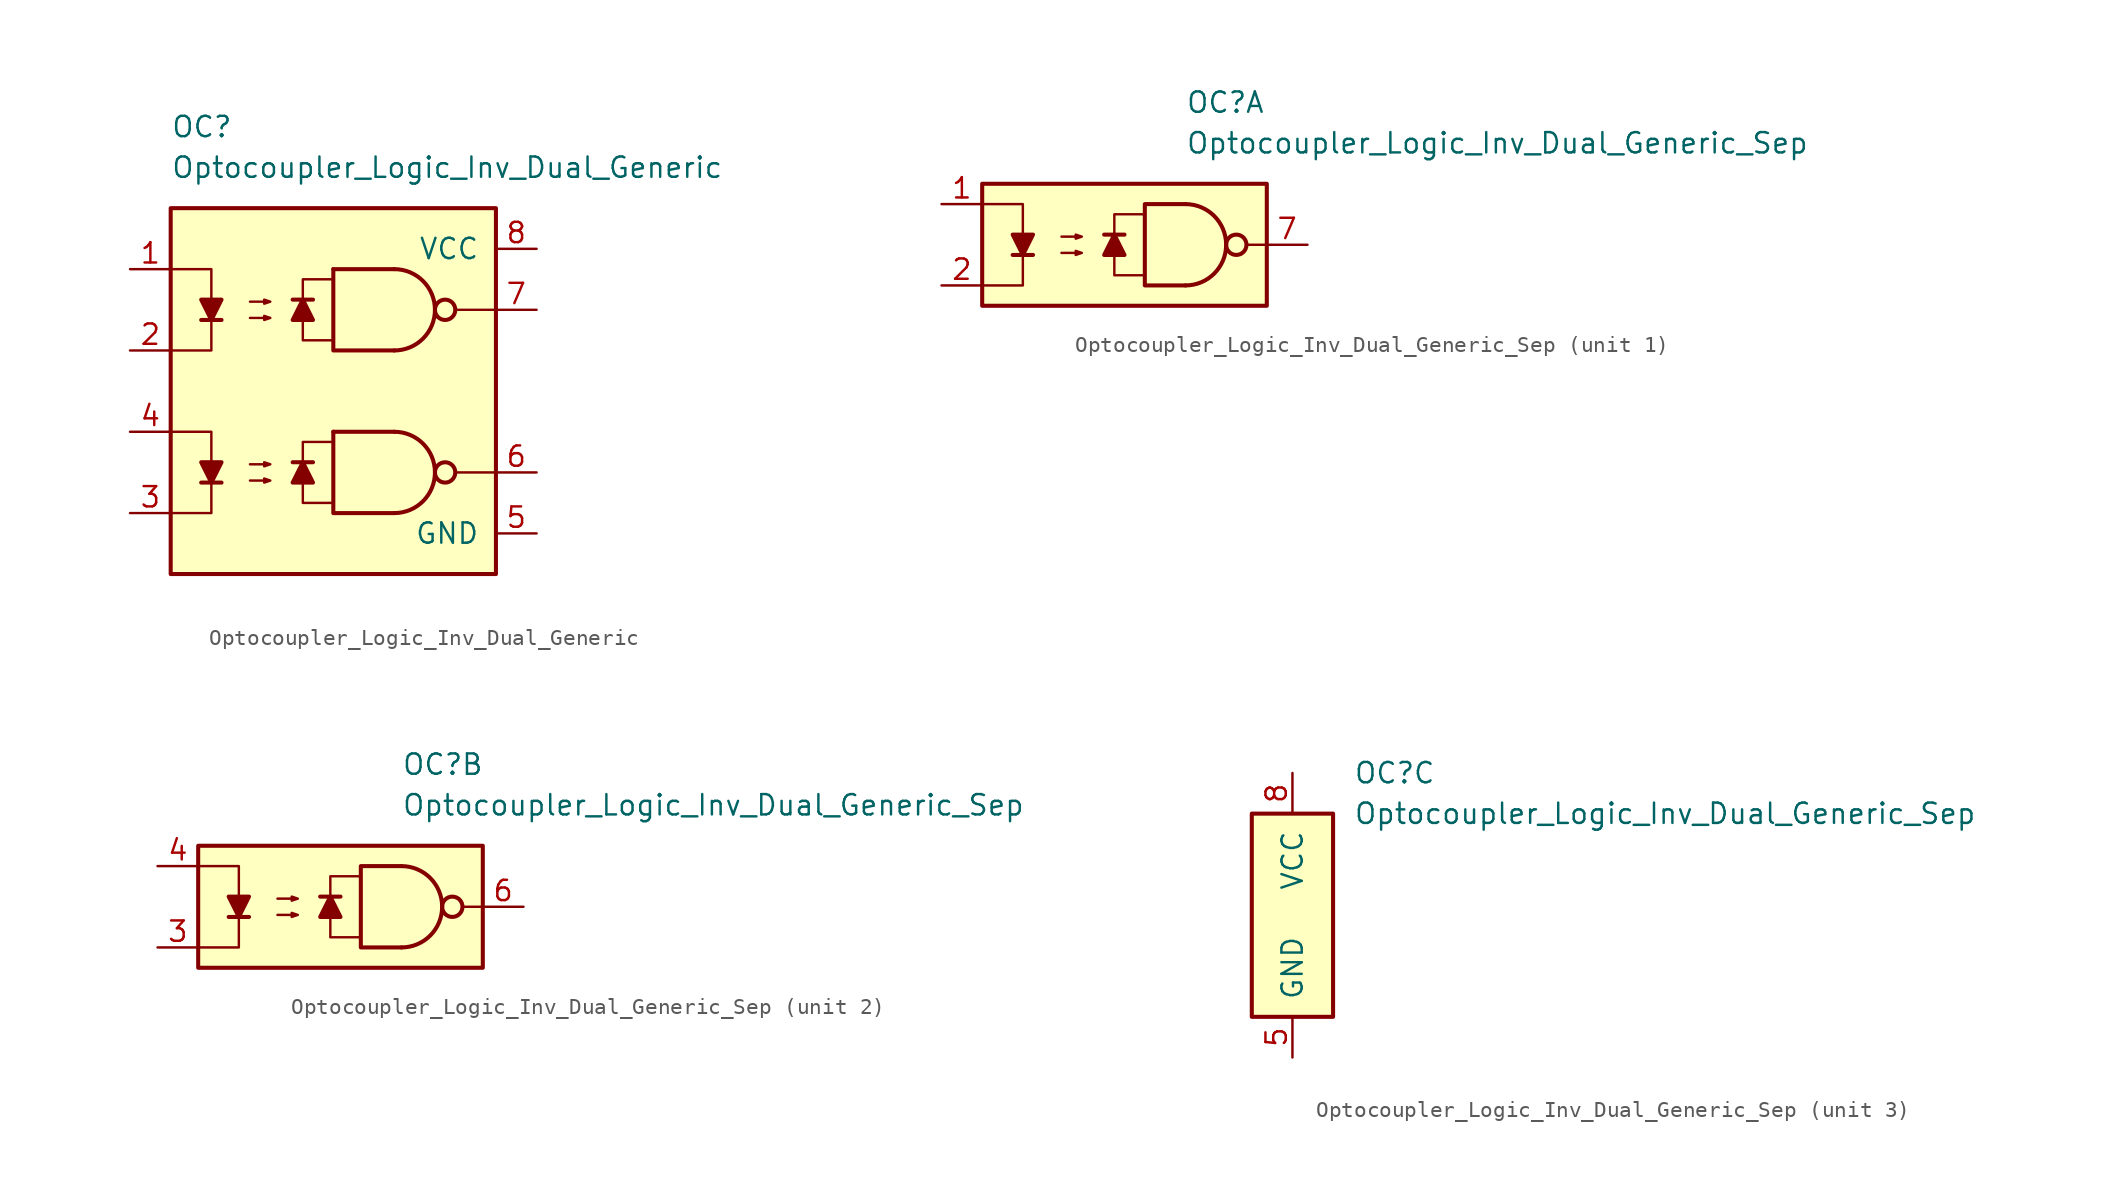
<source format=kicad_sym>
(kicad_symbol_lib
  (version 20211014)
  (generator kicad_symbol_editor)
  (symbol "Optocoupler_Logic_AKL:Optocoupler_Logic_Inv_Dual_Generic"
    (pin_names
      (offset 1.016))
    (property "Reference" "OC"
      (at -10.16 16.51 0)
      (effects (font (size 1.27 1.27)) (justify left)))
    (property "Value" "Optocoupler_Logic_Inv_Dual_Generic"
      (at -10.16 13.97 0)
      (effects (font (size 1.27 1.27)) (justify left)))
    (symbol "Optocoupler_Logic_Inv_Dual_Generic_0_0"
      (rectangle (start -10.16 11.43) (end 10.16 -11.43) (stroke (width 0.254) (type default) (color 0 0 0 0)) (fill (type background)))
      (polyline (pts (xy 10.16 -5.08) (xy 7.62 -5.08)) (stroke (width 0) (type default) (color 0 0 0 0)) (fill (type none))))
    (symbol "Optocoupler_Logic_Inv_Dual_Generic_0_1"
      (polyline (pts (xy -8.255 -5.715) (xy -6.985 -5.715)) (stroke (width 0.254) (type default) (color 0 0 0 0)) (fill (type none)))
      (polyline (pts (xy 0 -2.54) (xy 3.81 -2.54)) (stroke (width 0.254) (type default) (color 0 0 0 0)) (fill (type none)))
      (polyline (pts (xy -10.16 -2.54) (xy -7.62 -2.54) (xy -7.62 -5.715)) (stroke (width 0) (type default) (color 0 0 0 0)) (fill (type none)))
      (polyline (pts (xy -7.62 -5.715) (xy -7.62 -7.62) (xy -10.16 -7.62)) (stroke (width 0) (type default) (color 0 0 0 0)) (fill (type none)))
      (polyline (pts (xy 0 -2.54) (xy 0 -7.62) (xy 3.81 -7.62)) (stroke (width 0.254) (type default) (color 0 0 0 0)) (fill (type none)))
      (polyline (pts (xy -7.62 -5.715) (xy -8.255 -4.445) (xy -6.985 -4.445) (xy -7.62 -5.715)) (stroke (width 0.254) (type default) (color 0 0 0 0)) (fill (type outline)))
      (polyline (pts (xy -5.207 -5.588) (xy -3.937 -5.588) (xy -4.318 -5.715) (xy -4.318 -5.461) (xy -3.937 -5.588)) (stroke (width 0) (type default) (color 0 0 0 0)) (fill (type none)))
      (polyline (pts (xy -5.207 -4.572) (xy -3.937 -4.572) (xy -4.318 -4.699) (xy -4.318 -4.445) (xy -3.937 -4.572)) (stroke (width 0) (type default) (color 0 0 0 0)) (fill (type none)))
      (arc (start 3.81 -7.62) (mid 6.35 -5.08) (end 3.81 -2.54) (stroke (width 0.254) (type default) (color 0 0 0 0)) (fill (type none)))
      (circle (center 6.985 -5.08) (radius 0.635) (stroke (width 0.254)) (stroke (width 0.254) (type default) (color 0 0 0 0)) (fill (type none))))
    (symbol "Optocoupler_Logic_Inv_Dual_Generic_1_1"
      (polyline (pts (xy -8.255 4.445) (xy -6.985 4.445)) (stroke (width 0.254) (type default) (color 0 0 0 0)) (fill (type none)))
      (polyline (pts (xy -1.27 -4.445) (xy -2.54 -4.445)) (stroke (width 0.254) (type default) (color 0 0 0 0)) (fill (type none)))
      (polyline (pts (xy -1.27 5.715) (xy -2.54 5.715)) (stroke (width 0.254) (type default) (color 0 0 0 0)) (fill (type none)))
      (polyline (pts (xy 0 7.62) (xy 3.81 7.62)) (stroke (width 0.254) (type default) (color 0 0 0 0)) (fill (type none)))
      (polyline (pts (xy 10.16 5.08) (xy 7.62 5.08)) (stroke (width 0) (type default) (color 0 0 0 0)) (fill (type none)))
      (polyline (pts (xy -10.16 7.62) (xy -7.62 7.62) (xy -7.62 4.445)) (stroke (width 0) (type default) (color 0 0 0 0)) (fill (type none)))
      (polyline (pts (xy -7.62 4.445) (xy -7.62 2.54) (xy -10.16 2.54)) (stroke (width 0) (type default) (color 0 0 0 0)) (fill (type none)))
      (polyline (pts (xy 0 7.62) (xy 0 2.54) (xy 3.81 2.54)) (stroke (width 0.254) (type default) (color 0 0 0 0)) (fill (type none)))
      (polyline (pts (xy -7.62 4.445) (xy -8.255 5.715) (xy -6.985 5.715) (xy -7.62 4.445)) (stroke (width 0.254) (type default) (color 0 0 0 0)) (fill (type outline)))
      (polyline (pts (xy -1.905 -4.445) (xy -1.27 -5.715) (xy -2.54 -5.715) (xy -1.905 -4.445)) (stroke (width 0.254) (type default) (color 0 0 0 0)) (fill (type outline)))
      (polyline (pts (xy -1.905 5.715) (xy -1.27 4.445) (xy -2.54 4.445) (xy -1.905 5.715)) (stroke (width 0.254) (type default) (color 0 0 0 0)) (fill (type outline)))
      (polyline (pts (xy 0 -6.985) (xy -1.905 -6.985) (xy -1.905 -3.175) (xy 0 -3.175)) (stroke (width 0.152) (type default) (color 0 0 0 0)) (fill (type none)))
      (polyline (pts (xy 0 3.175) (xy -1.905 3.175) (xy -1.905 6.985) (xy 0 6.985)) (stroke (width 0.152) (type default) (color 0 0 0 0)) (fill (type none)))
      (polyline (pts (xy -5.207 4.572) (xy -3.937 4.572) (xy -4.318 4.445) (xy -4.318 4.699) (xy -3.937 4.572)) (stroke (width 0) (type default) (color 0 0 0 0)) (fill (type none)))
      (polyline (pts (xy -5.207 5.588) (xy -3.937 5.588) (xy -4.318 5.461) (xy -4.318 5.715) (xy -3.937 5.588)) (stroke (width 0) (type default) (color 0 0 0 0)) (fill (type none)))
      (arc (start 3.81 2.54) (mid 6.35 5.08) (end 3.81 7.62) (stroke (width 0.254) (type default) (color 0 0 0 0)) (fill (type none)))
      (circle (center 6.985 5.08) (radius 0.635) (stroke (width 0.254)) (stroke (width 0.254) (type default) (color 0 0 0 0)) (fill (type none)))
      (pin passive line (at -12.7 7.62 0) (length 2.54) (name "~" (effects (font (size 1.27 1.27)))) (number "1" (effects (font (size 1.27 1.27)))))
      (pin passive line (at -12.7 2.54 0) (length 2.54) (name "~" (effects (font (size 1.27 1.27)))) (number "2" (effects (font (size 1.27 1.27)))))
      (pin passive line (at -12.7 -7.62 0) (length 2.54) (name "~" (effects (font (size 1.27 1.27)))) (number "3" (effects (font (size 1.27 1.27)))))
      (pin passive line (at -12.7 -2.54 0) (length 2.54) (name "~" (effects (font (size 1.27 1.27)))) (number "4" (effects (font (size 1.27 1.27)))))
      (pin power_in line (at 12.7 -8.89 180) (length 2.54) (name "GND" (effects (font (size 1.27 1.27)))) (number "5" (effects (font (size 1.27 1.27)))))
      (pin output line (at 12.7 -5.08 180) (length 2.54) (name "~" (effects (font (size 1.27 1.27)))) (number "6" (effects (font (size 1.27 1.27)))))
      (pin output line (at 12.7 5.08 180) (length 2.54) (name "~" (effects (font (size 1.27 1.27)))) (number "7" (effects (font (size 1.27 1.27)))))
      (pin power_in line (at 12.7 8.89 180) (length 2.54) (name "VCC" (effects (font (size 1.27 1.27)))) (number "8" (effects (font (size 1.27 1.27)))))))
  (symbol "Optocoupler_Logic_AKL:Optocoupler_Logic_Inv_Dual_Generic_Sep"
    (pin_names
      (offset 1.016))
    (property "Reference" "OC"
      (at 3.81 8.89 0)
      (effects (font (size 1.27 1.27)) (justify left)))
    (property "Value" "Optocoupler_Logic_Inv_Dual_Generic_Sep"
      (at 3.81 6.35 0)
      (effects (font (size 1.27 1.27)) (justify left)))
    (property "ki_locked" ""
      (at 0 0 0)
      (effects (font (size 1.27 1.27))))
    (symbol "Optocoupler_Logic_Inv_Dual_Generic_Sep_1_0"
      (rectangle (start -8.89 3.81) (end 8.89 -3.81) (stroke (width 0.254) (type default) (color 0 0 0 0)) (fill (type background)))
      (polyline (pts (xy 8.89 0) (xy 7.62 0)) (stroke (width 0) (type default) (color 0 0 0 0)) (fill (type none)))
      (polyline (pts (xy 3.81 -2.54) (xy 1.27 -2.54) (xy 1.27 2.54) (xy 3.81 2.54)) (stroke (width 0.254) (type default) (color 0 0 0 0)) (fill (type none))))
    (symbol "Optocoupler_Logic_Inv_Dual_Generic_Sep_1_1"
      (polyline (pts (xy -6.985 -0.635) (xy -5.715 -0.635)) (stroke (width 0.254) (type default) (color 0 0 0 0)) (fill (type none)))
      (polyline (pts (xy 0 0.635) (xy -1.27 0.635)) (stroke (width 0.254) (type default) (color 0 0 0 0)) (fill (type none)))
      (polyline (pts (xy -8.89 2.54) (xy -6.35 2.54) (xy -6.35 -0.635)) (stroke (width 0) (type default) (color 0 0 0 0)) (fill (type none)))
      (polyline (pts (xy -6.35 -0.635) (xy -6.35 -2.54) (xy -8.89 -2.54)) (stroke (width 0) (type default) (color 0 0 0 0)) (fill (type none)))
      (polyline (pts (xy -6.35 -0.635) (xy -6.985 0.635) (xy -5.715 0.635) (xy -6.35 -0.635)) (stroke (width 0.254) (type default) (color 0 0 0 0)) (fill (type outline)))
      (polyline (pts (xy -0.635 0.635) (xy 0 -0.635) (xy -1.27 -0.635) (xy -0.635 0.635)) (stroke (width 0.254) (type default) (color 0 0 0 0)) (fill (type outline)))
      (polyline (pts (xy 1.27 -1.905) (xy -0.635 -1.905) (xy -0.635 1.905) (xy 1.27 1.905)) (stroke (width 0.152) (type default) (color 0 0 0 0)) (fill (type none)))
      (polyline (pts (xy -3.937 -0.508) (xy -2.667 -0.508) (xy -3.048 -0.635) (xy -3.048 -0.381) (xy -2.667 -0.508)) (stroke (width 0) (type default) (color 0 0 0 0)) (fill (type none)))
      (polyline (pts (xy -3.937 0.508) (xy -2.667 0.508) (xy -3.048 0.381) (xy -3.048 0.635) (xy -2.667 0.508)) (stroke (width 0) (type default) (color 0 0 0 0)) (fill (type none)))
      (arc (start 3.81 -2.54) (mid 6.35 0) (end 3.81 2.54) (stroke (width 0.254) (type default) (color 0 0 0 0)) (fill (type none)))
      (circle (center 6.985 0) (radius 0.635) (stroke (width 0.254)) (stroke (width 0.254) (type default) (color 0 0 0 0)) (fill (type none)))
      (pin passive line (at -11.43 2.54 0) (length 2.54) (name "~" (effects (font (size 1.27 1.27)))) (number "1" (effects (font (size 1.27 1.27)))))
      (pin passive line (at -11.43 -2.54 0) (length 2.54) (name "~" (effects (font (size 1.27 1.27)))) (number "2" (effects (font (size 1.27 1.27)))))
      (pin output line (at 11.43 0 180) (length 2.54) (name "~" (effects (font (size 1.27 1.27)))) (number "7" (effects (font (size 1.27 1.27))))))
    (symbol "Optocoupler_Logic_Inv_Dual_Generic_Sep_2_0"
      (rectangle (start -8.89 3.81) (end 8.89 -3.81) (stroke (width 0.254) (type default) (color 0 0 0 0)) (fill (type background)))
      (polyline (pts (xy 8.89 0) (xy 7.62 0)) (stroke (width 0) (type default) (color 0 0 0 0)) (fill (type none)))
      (polyline (pts (xy 3.81 -2.54) (xy 1.27 -2.54) (xy 1.27 2.54) (xy 3.81 2.54)) (stroke (width 0.254) (type default) (color 0 0 0 0)) (fill (type none))))
    (symbol "Optocoupler_Logic_Inv_Dual_Generic_Sep_2_1"
      (polyline (pts (xy -6.985 -0.635) (xy -5.715 -0.635)) (stroke (width 0.254) (type default) (color 0 0 0 0)) (fill (type none)))
      (polyline (pts (xy 0 0.635) (xy -1.27 0.635)) (stroke (width 0.254) (type default) (color 0 0 0 0)) (fill (type none)))
      (polyline (pts (xy -8.89 2.54) (xy -6.35 2.54) (xy -6.35 -0.635)) (stroke (width 0) (type default) (color 0 0 0 0)) (fill (type none)))
      (polyline (pts (xy -6.35 -0.635) (xy -6.35 -2.54) (xy -8.89 -2.54)) (stroke (width 0) (type default) (color 0 0 0 0)) (fill (type none)))
      (polyline (pts (xy -6.35 -0.635) (xy -6.985 0.635) (xy -5.715 0.635) (xy -6.35 -0.635)) (stroke (width 0.254) (type default) (color 0 0 0 0)) (fill (type outline)))
      (polyline (pts (xy -0.635 0.635) (xy 0 -0.635) (xy -1.27 -0.635) (xy -0.635 0.635)) (stroke (width 0.254) (type default) (color 0 0 0 0)) (fill (type outline)))
      (polyline (pts (xy 1.27 -1.905) (xy -0.635 -1.905) (xy -0.635 1.905) (xy 1.27 1.905)) (stroke (width 0.152) (type default) (color 0 0 0 0)) (fill (type none)))
      (polyline (pts (xy -3.937 -0.508) (xy -2.667 -0.508) (xy -3.048 -0.635) (xy -3.048 -0.381) (xy -2.667 -0.508)) (stroke (width 0) (type default) (color 0 0 0 0)) (fill (type none)))
      (polyline (pts (xy -3.937 0.508) (xy -2.667 0.508) (xy -3.048 0.381) (xy -3.048 0.635) (xy -2.667 0.508)) (stroke (width 0) (type default) (color 0 0 0 0)) (fill (type none)))
      (arc (start 3.81 -2.54) (mid 6.35 0) (end 3.81 2.54) (stroke (width 0.254) (type default) (color 0 0 0 0)) (fill (type none)))
      (circle (center 6.985 0) (radius 0.635) (stroke (width 0.254)) (stroke (width 0.254) (type default) (color 0 0 0 0)) (fill (type none)))
      (pin passive line (at -11.43 -2.54 0) (length 2.54) (name "~" (effects (font (size 1.27 1.27)))) (number "3" (effects (font (size 1.27 1.27)))))
      (pin passive line (at -11.43 2.54 0) (length 2.54) (name "~" (effects (font (size 1.27 1.27)))) (number "4" (effects (font (size 1.27 1.27)))))
      (pin output line (at 11.43 0 180) (length 2.54) (name "~" (effects (font (size 1.27 1.27)))) (number "6" (effects (font (size 1.27 1.27))))))
    (symbol "Optocoupler_Logic_Inv_Dual_Generic_Sep_3_0"
      (rectangle (start -2.54 6.35) (end 2.54 -6.35) (stroke (width 0.254) (type default) (color 0 0 0 0)) (fill (type background))))
    (symbol "Optocoupler_Logic_Inv_Dual_Generic_Sep_3_1"
      (pin power_in line (at 0 -8.89 90) (length 2.54) (name "GND" (effects (font (size 1.27 1.27)))) (number "5" (effects (font (size 1.27 1.27)))))
      (pin power_in line (at 0 8.89 270) (length 2.54) (name "VCC" (effects (font (size 1.27 1.27)))) (number "8" (effects (font (size 1.27 1.27))))))))
</source>
